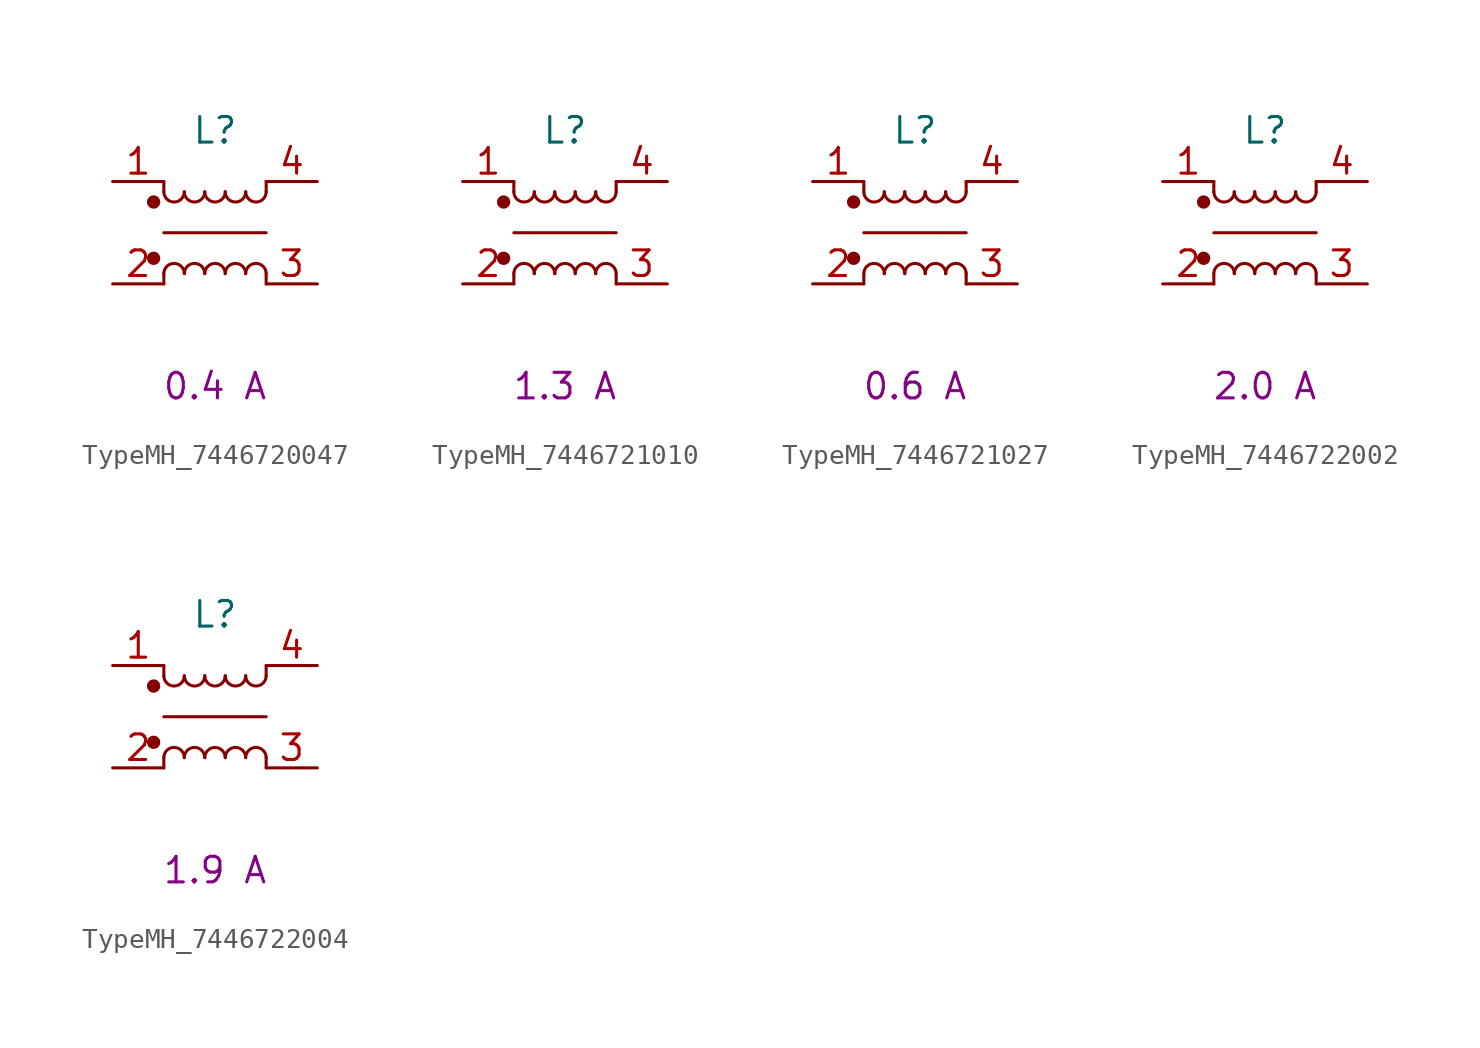
<source format=kicad_sym>
(kicad_symbol_lib
  (version 20220914)
  (generator kicad_symbol_editor)
  (symbol "TypeMH_7446720047"
    (pin_names hide)
    (property "Reference" "L"
      (at 0 5.08 0)
      (effects (font (size 1.27 1.27))))
    (property "Critical Parameter" "0.4 A"
      (at 0 -7.62 0)
      (effects (font (size 1.27 1.27))))
    (symbol "TypeMH_7446720047_0_1"
      (circle (center -3.048 -1.27) (radius 0.254) (stroke (width 0) (type default)) (fill (type outline)))
      (circle (center -3.048 1.524) (radius 0.254) (stroke (width 0) (type default)) (fill (type outline)))
      (arc (start -2.54 2.032) (mid -2.032 1.5262) (end -1.524 2.032) (stroke (width 0) (type default)) (fill (type none)))
      (arc (start -1.524 -2.032) (mid -2.032 -1.5262) (end -2.54 -2.032) (stroke (width 0) (type default)) (fill (type none)))
      (arc (start -1.524 2.032) (mid -1.016 1.5262) (end -0.508 2.032) (stroke (width 0) (type default)) (fill (type none)))
      (arc (start -0.508 -2.032) (mid -1.016 -1.5262) (end -1.524 -2.032) (stroke (width 0) (type default)) (fill (type none)))
      (arc (start -0.508 2.032) (mid 0 1.5262) (end 0.508 2.032) (stroke (width 0) (type default)) (fill (type none)))
      (polyline (pts (xy -2.54 -2.032) (xy -2.54 -2.54)) (stroke (width 0) (type default)) (fill (type none)))
      (polyline (pts (xy -2.54 2.032) (xy -2.54 2.54)) (stroke (width 0) (type default)) (fill (type none)))
      (polyline (pts (xy 2.54 -2.032) (xy 2.54 -2.54)) (stroke (width 0) (type default)) (fill (type none)))
      (polyline (pts (xy 2.54 0) (xy -2.54 0)) (stroke (width 0) (type default)) (fill (type none)))
      (polyline (pts (xy 2.54 2.54) (xy 2.54 2.032)) (stroke (width 0) (type default)) (fill (type none)))
      (arc (start 0.508 -2.032) (mid 0 -1.5262) (end -0.508 -2.032) (stroke (width 0) (type default)) (fill (type none)))
      (arc (start 0.508 2.032) (mid 1.016 1.5262) (end 1.524 2.032) (stroke (width 0) (type default)) (fill (type none)))
      (arc (start 1.524 -2.032) (mid 1.016 -1.5262) (end 0.508 -2.032) (stroke (width 0) (type default)) (fill (type none)))
      (arc (start 1.524 2.032) (mid 2.032 1.5262) (end 2.54 2.032) (stroke (width 0) (type default)) (fill (type none)))
      (arc (start 2.54 -2.032) (mid 2.032 -1.5262) (end 1.524 -2.032) (stroke (width 0) (type default)) (fill (type none))))
    (symbol "TypeMH_7446720047_1_1"
      (pin passive line (at -5.08 2.54 0) (length 2.54) (name "1" (effects (font (size 1.27 1.27)))) (number "1" (effects (font (size 1.27 1.27)))))
      (pin passive line (at -5.08 -2.54 0) (length 2.54) (name "2" (effects (font (size 1.27 1.27)))) (number "2" (effects (font (size 1.27 1.27)))))
      (pin passive line (at 5.08 -2.54 180) (length 2.54) (name "3" (effects (font (size 1.27 1.27)))) (number "3" (effects (font (size 1.27 1.27)))))
      (pin passive line (at 5.08 2.54 180) (length 2.54) (name "4" (effects (font (size 1.27 1.27)))) (number "4" (effects (font (size 1.27 1.27)))))))
  (symbol "TypeMH_7446721010"
    (pin_names hide)
    (property "Reference" "L"
      (at 0 5.08 0)
      (effects (font (size 1.27 1.27))))
    (property "Critical Parameter" "1.3 A"
      (at 0 -7.62 0)
      (effects (font (size 1.27 1.27))))
    (symbol "TypeMH_7446721010_0_1"
      (circle (center -3.048 -1.27) (radius 0.254) (stroke (width 0) (type default)) (fill (type outline)))
      (circle (center -3.048 1.524) (radius 0.254) (stroke (width 0) (type default)) (fill (type outline)))
      (arc (start -2.54 2.032) (mid -2.032 1.5262) (end -1.524 2.032) (stroke (width 0) (type default)) (fill (type none)))
      (arc (start -1.524 -2.032) (mid -2.032 -1.5262) (end -2.54 -2.032) (stroke (width 0) (type default)) (fill (type none)))
      (arc (start -1.524 2.032) (mid -1.016 1.5262) (end -0.508 2.032) (stroke (width 0) (type default)) (fill (type none)))
      (arc (start -0.508 -2.032) (mid -1.016 -1.5262) (end -1.524 -2.032) (stroke (width 0) (type default)) (fill (type none)))
      (arc (start -0.508 2.032) (mid 0 1.5262) (end 0.508 2.032) (stroke (width 0) (type default)) (fill (type none)))
      (polyline (pts (xy -2.54 -2.032) (xy -2.54 -2.54)) (stroke (width 0) (type default)) (fill (type none)))
      (polyline (pts (xy -2.54 2.032) (xy -2.54 2.54)) (stroke (width 0) (type default)) (fill (type none)))
      (polyline (pts (xy 2.54 -2.032) (xy 2.54 -2.54)) (stroke (width 0) (type default)) (fill (type none)))
      (polyline (pts (xy 2.54 0) (xy -2.54 0)) (stroke (width 0) (type default)) (fill (type none)))
      (polyline (pts (xy 2.54 2.54) (xy 2.54 2.032)) (stroke (width 0) (type default)) (fill (type none)))
      (arc (start 0.508 -2.032) (mid 0 -1.5262) (end -0.508 -2.032) (stroke (width 0) (type default)) (fill (type none)))
      (arc (start 0.508 2.032) (mid 1.016 1.5262) (end 1.524 2.032) (stroke (width 0) (type default)) (fill (type none)))
      (arc (start 1.524 -2.032) (mid 1.016 -1.5262) (end 0.508 -2.032) (stroke (width 0) (type default)) (fill (type none)))
      (arc (start 1.524 2.032) (mid 2.032 1.5262) (end 2.54 2.032) (stroke (width 0) (type default)) (fill (type none)))
      (arc (start 2.54 -2.032) (mid 2.032 -1.5262) (end 1.524 -2.032) (stroke (width 0) (type default)) (fill (type none))))
    (symbol "TypeMH_7446721010_1_1"
      (pin passive line (at -5.08 2.54 0) (length 2.54) (name "1" (effects (font (size 1.27 1.27)))) (number "1" (effects (font (size 1.27 1.27)))))
      (pin passive line (at -5.08 -2.54 0) (length 2.54) (name "2" (effects (font (size 1.27 1.27)))) (number "2" (effects (font (size 1.27 1.27)))))
      (pin passive line (at 5.08 -2.54 180) (length 2.54) (name "3" (effects (font (size 1.27 1.27)))) (number "3" (effects (font (size 1.27 1.27)))))
      (pin passive line (at 5.08 2.54 180) (length 2.54) (name "4" (effects (font (size 1.27 1.27)))) (number "4" (effects (font (size 1.27 1.27)))))))
  (symbol "TypeMH_7446721027"
    (pin_names hide)
    (property "Reference" "L"
      (at 0 5.08 0)
      (effects (font (size 1.27 1.27))))
    (property "Critical Parameter" "0.6 A"
      (at 0 -7.62 0)
      (effects (font (size 1.27 1.27))))
    (symbol "TypeMH_7446721027_0_1"
      (circle (center -3.048 -1.27) (radius 0.254) (stroke (width 0) (type default)) (fill (type outline)))
      (circle (center -3.048 1.524) (radius 0.254) (stroke (width 0) (type default)) (fill (type outline)))
      (arc (start -2.54 2.032) (mid -2.032 1.5262) (end -1.524 2.032) (stroke (width 0) (type default)) (fill (type none)))
      (arc (start -1.524 -2.032) (mid -2.032 -1.5262) (end -2.54 -2.032) (stroke (width 0) (type default)) (fill (type none)))
      (arc (start -1.524 2.032) (mid -1.016 1.5262) (end -0.508 2.032) (stroke (width 0) (type default)) (fill (type none)))
      (arc (start -0.508 -2.032) (mid -1.016 -1.5262) (end -1.524 -2.032) (stroke (width 0) (type default)) (fill (type none)))
      (arc (start -0.508 2.032) (mid 0 1.5262) (end 0.508 2.032) (stroke (width 0) (type default)) (fill (type none)))
      (polyline (pts (xy -2.54 -2.032) (xy -2.54 -2.54)) (stroke (width 0) (type default)) (fill (type none)))
      (polyline (pts (xy -2.54 2.032) (xy -2.54 2.54)) (stroke (width 0) (type default)) (fill (type none)))
      (polyline (pts (xy 2.54 -2.032) (xy 2.54 -2.54)) (stroke (width 0) (type default)) (fill (type none)))
      (polyline (pts (xy 2.54 0) (xy -2.54 0)) (stroke (width 0) (type default)) (fill (type none)))
      (polyline (pts (xy 2.54 2.54) (xy 2.54 2.032)) (stroke (width 0) (type default)) (fill (type none)))
      (arc (start 0.508 -2.032) (mid 0 -1.5262) (end -0.508 -2.032) (stroke (width 0) (type default)) (fill (type none)))
      (arc (start 0.508 2.032) (mid 1.016 1.5262) (end 1.524 2.032) (stroke (width 0) (type default)) (fill (type none)))
      (arc (start 1.524 -2.032) (mid 1.016 -1.5262) (end 0.508 -2.032) (stroke (width 0) (type default)) (fill (type none)))
      (arc (start 1.524 2.032) (mid 2.032 1.5262) (end 2.54 2.032) (stroke (width 0) (type default)) (fill (type none)))
      (arc (start 2.54 -2.032) (mid 2.032 -1.5262) (end 1.524 -2.032) (stroke (width 0) (type default)) (fill (type none))))
    (symbol "TypeMH_7446721027_1_1"
      (pin passive line (at -5.08 2.54 0) (length 2.54) (name "1" (effects (font (size 1.27 1.27)))) (number "1" (effects (font (size 1.27 1.27)))))
      (pin passive line (at -5.08 -2.54 0) (length 2.54) (name "2" (effects (font (size 1.27 1.27)))) (number "2" (effects (font (size 1.27 1.27)))))
      (pin passive line (at 5.08 -2.54 180) (length 2.54) (name "3" (effects (font (size 1.27 1.27)))) (number "3" (effects (font (size 1.27 1.27)))))
      (pin passive line (at 5.08 2.54 180) (length 2.54) (name "4" (effects (font (size 1.27 1.27)))) (number "4" (effects (font (size 1.27 1.27)))))))
  (symbol "TypeMH_7446722002"
    (pin_names hide)
    (property "Reference" "L"
      (at 0 5.08 0)
      (effects (font (size 1.27 1.27))))
    (property "Critical Parameter" "2.0 A"
      (at 0 -7.62 0)
      (effects (font (size 1.27 1.27))))
    (symbol "TypeMH_7446722002_0_1"
      (circle (center -3.048 -1.27) (radius 0.254) (stroke (width 0) (type default)) (fill (type outline)))
      (circle (center -3.048 1.524) (radius 0.254) (stroke (width 0) (type default)) (fill (type outline)))
      (arc (start -2.54 2.032) (mid -2.032 1.5262) (end -1.524 2.032) (stroke (width 0) (type default)) (fill (type none)))
      (arc (start -1.524 -2.032) (mid -2.032 -1.5262) (end -2.54 -2.032) (stroke (width 0) (type default)) (fill (type none)))
      (arc (start -1.524 2.032) (mid -1.016 1.5262) (end -0.508 2.032) (stroke (width 0) (type default)) (fill (type none)))
      (arc (start -0.508 -2.032) (mid -1.016 -1.5262) (end -1.524 -2.032) (stroke (width 0) (type default)) (fill (type none)))
      (arc (start -0.508 2.032) (mid 0 1.5262) (end 0.508 2.032) (stroke (width 0) (type default)) (fill (type none)))
      (polyline (pts (xy -2.54 -2.032) (xy -2.54 -2.54)) (stroke (width 0) (type default)) (fill (type none)))
      (polyline (pts (xy -2.54 2.032) (xy -2.54 2.54)) (stroke (width 0) (type default)) (fill (type none)))
      (polyline (pts (xy 2.54 -2.032) (xy 2.54 -2.54)) (stroke (width 0) (type default)) (fill (type none)))
      (polyline (pts (xy 2.54 0) (xy -2.54 0)) (stroke (width 0) (type default)) (fill (type none)))
      (polyline (pts (xy 2.54 2.54) (xy 2.54 2.032)) (stroke (width 0) (type default)) (fill (type none)))
      (arc (start 0.508 -2.032) (mid 0 -1.5262) (end -0.508 -2.032) (stroke (width 0) (type default)) (fill (type none)))
      (arc (start 0.508 2.032) (mid 1.016 1.5262) (end 1.524 2.032) (stroke (width 0) (type default)) (fill (type none)))
      (arc (start 1.524 -2.032) (mid 1.016 -1.5262) (end 0.508 -2.032) (stroke (width 0) (type default)) (fill (type none)))
      (arc (start 1.524 2.032) (mid 2.032 1.5262) (end 2.54 2.032) (stroke (width 0) (type default)) (fill (type none)))
      (arc (start 2.54 -2.032) (mid 2.032 -1.5262) (end 1.524 -2.032) (stroke (width 0) (type default)) (fill (type none))))
    (symbol "TypeMH_7446722002_1_1"
      (pin passive line (at -5.08 2.54 0) (length 2.54) (name "1" (effects (font (size 1.27 1.27)))) (number "1" (effects (font (size 1.27 1.27)))))
      (pin passive line (at -5.08 -2.54 0) (length 2.54) (name "2" (effects (font (size 1.27 1.27)))) (number "2" (effects (font (size 1.27 1.27)))))
      (pin passive line (at 5.08 -2.54 180) (length 2.54) (name "3" (effects (font (size 1.27 1.27)))) (number "3" (effects (font (size 1.27 1.27)))))
      (pin passive line (at 5.08 2.54 180) (length 2.54) (name "4" (effects (font (size 1.27 1.27)))) (number "4" (effects (font (size 1.27 1.27)))))))
  (symbol "TypeMH_7446722004"
    (pin_names hide)
    (property "Reference" "L"
      (at 0 5.08 0)
      (effects (font (size 1.27 1.27))))
    (property "Critical Parameter" "1.9 A"
      (at 0 -7.62 0)
      (effects (font (size 1.27 1.27))))
    (symbol "TypeMH_7446722004_0_1"
      (circle (center -3.048 -1.27) (radius 0.254) (stroke (width 0) (type default)) (fill (type outline)))
      (circle (center -3.048 1.524) (radius 0.254) (stroke (width 0) (type default)) (fill (type outline)))
      (arc (start -2.54 2.032) (mid -2.032 1.5262) (end -1.524 2.032) (stroke (width 0) (type default)) (fill (type none)))
      (arc (start -1.524 -2.032) (mid -2.032 -1.5262) (end -2.54 -2.032) (stroke (width 0) (type default)) (fill (type none)))
      (arc (start -1.524 2.032) (mid -1.016 1.5262) (end -0.508 2.032) (stroke (width 0) (type default)) (fill (type none)))
      (arc (start -0.508 -2.032) (mid -1.016 -1.5262) (end -1.524 -2.032) (stroke (width 0) (type default)) (fill (type none)))
      (arc (start -0.508 2.032) (mid 0 1.5262) (end 0.508 2.032) (stroke (width 0) (type default)) (fill (type none)))
      (polyline (pts (xy -2.54 -2.032) (xy -2.54 -2.54)) (stroke (width 0) (type default)) (fill (type none)))
      (polyline (pts (xy -2.54 2.032) (xy -2.54 2.54)) (stroke (width 0) (type default)) (fill (type none)))
      (polyline (pts (xy 2.54 -2.032) (xy 2.54 -2.54)) (stroke (width 0) (type default)) (fill (type none)))
      (polyline (pts (xy 2.54 0) (xy -2.54 0)) (stroke (width 0) (type default)) (fill (type none)))
      (polyline (pts (xy 2.54 2.54) (xy 2.54 2.032)) (stroke (width 0) (type default)) (fill (type none)))
      (arc (start 0.508 -2.032) (mid 0 -1.5262) (end -0.508 -2.032) (stroke (width 0) (type default)) (fill (type none)))
      (arc (start 0.508 2.032) (mid 1.016 1.5262) (end 1.524 2.032) (stroke (width 0) (type default)) (fill (type none)))
      (arc (start 1.524 -2.032) (mid 1.016 -1.5262) (end 0.508 -2.032) (stroke (width 0) (type default)) (fill (type none)))
      (arc (start 1.524 2.032) (mid 2.032 1.5262) (end 2.54 2.032) (stroke (width 0) (type default)) (fill (type none)))
      (arc (start 2.54 -2.032) (mid 2.032 -1.5262) (end 1.524 -2.032) (stroke (width 0) (type default)) (fill (type none))))
    (symbol "TypeMH_7446722004_1_1"
      (pin passive line (at -5.08 2.54 0) (length 2.54) (name "1" (effects (font (size 1.27 1.27)))) (number "1" (effects (font (size 1.27 1.27)))))
      (pin passive line (at -5.08 -2.54 0) (length 2.54) (name "2" (effects (font (size 1.27 1.27)))) (number "2" (effects (font (size 1.27 1.27)))))
      (pin passive line (at 5.08 -2.54 180) (length 2.54) (name "3" (effects (font (size 1.27 1.27)))) (number "3" (effects (font (size 1.27 1.27)))))
      (pin passive line (at 5.08 2.54 180) (length 2.54) (name "4" (effects (font (size 1.27 1.27)))) (number "4" (effects (font (size 1.27 1.27))))))))
</source>
